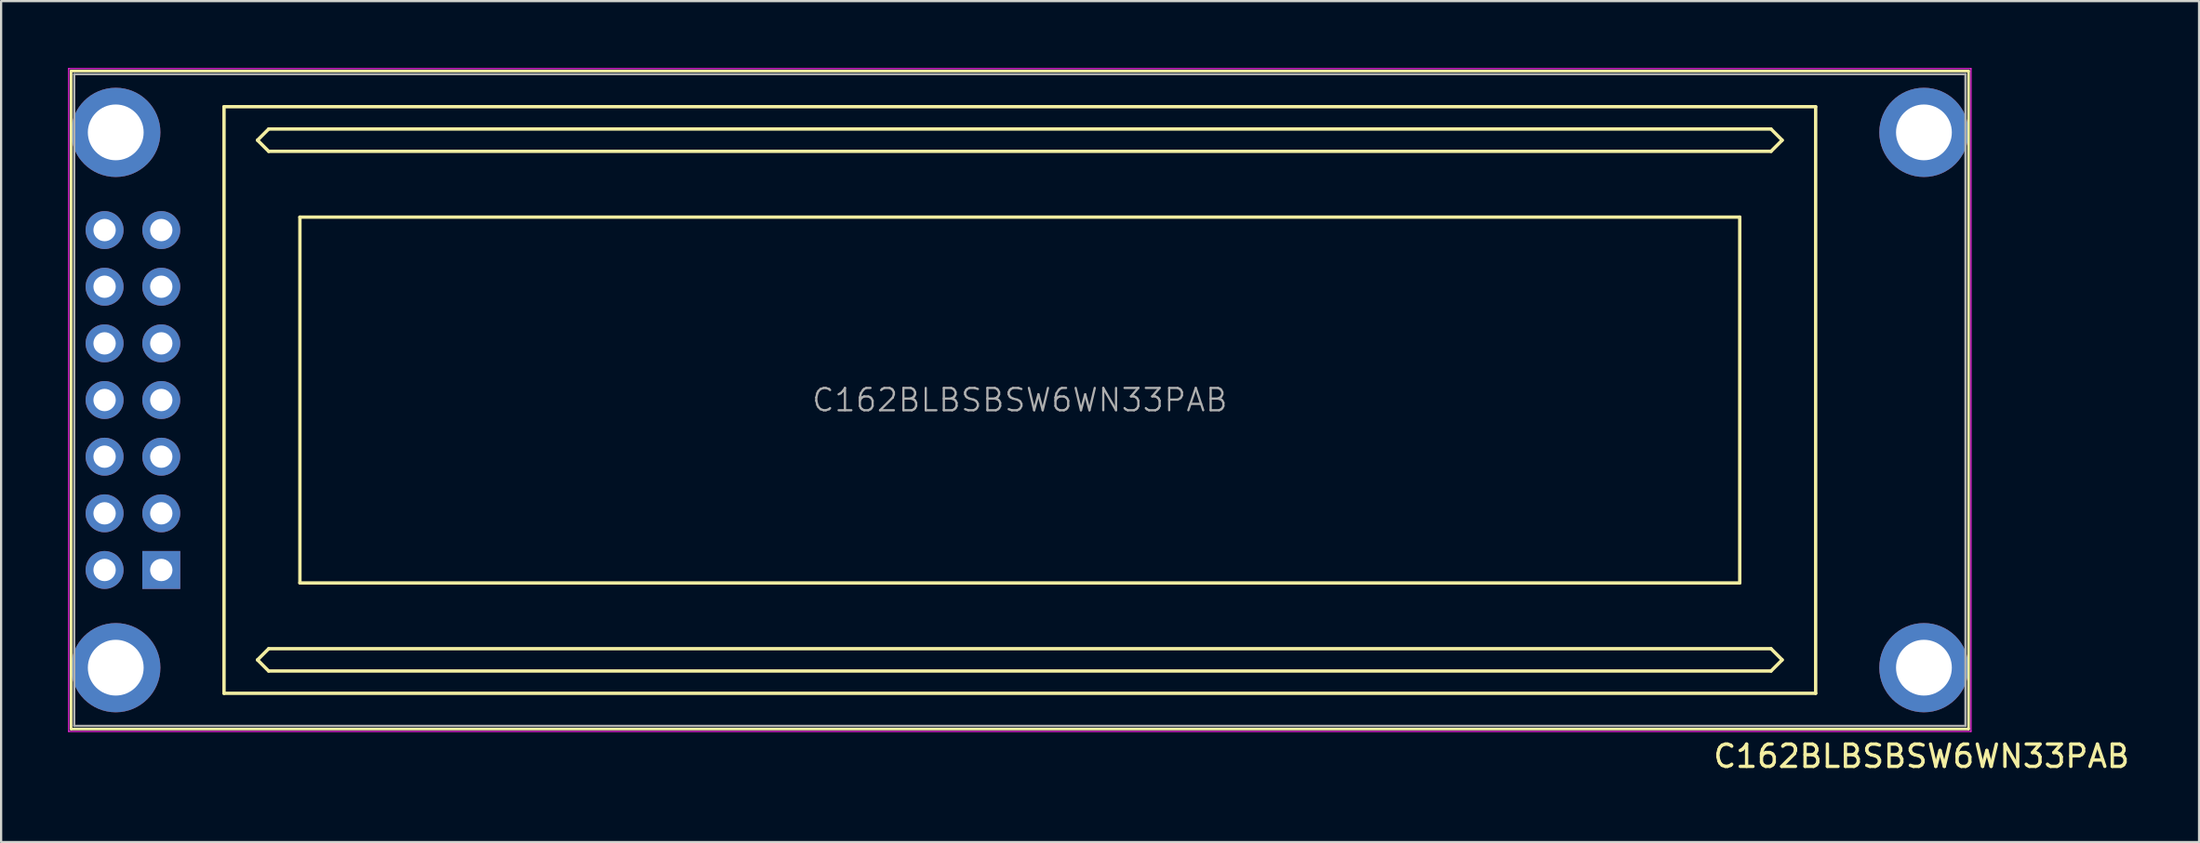
<source format=kicad_pcb>
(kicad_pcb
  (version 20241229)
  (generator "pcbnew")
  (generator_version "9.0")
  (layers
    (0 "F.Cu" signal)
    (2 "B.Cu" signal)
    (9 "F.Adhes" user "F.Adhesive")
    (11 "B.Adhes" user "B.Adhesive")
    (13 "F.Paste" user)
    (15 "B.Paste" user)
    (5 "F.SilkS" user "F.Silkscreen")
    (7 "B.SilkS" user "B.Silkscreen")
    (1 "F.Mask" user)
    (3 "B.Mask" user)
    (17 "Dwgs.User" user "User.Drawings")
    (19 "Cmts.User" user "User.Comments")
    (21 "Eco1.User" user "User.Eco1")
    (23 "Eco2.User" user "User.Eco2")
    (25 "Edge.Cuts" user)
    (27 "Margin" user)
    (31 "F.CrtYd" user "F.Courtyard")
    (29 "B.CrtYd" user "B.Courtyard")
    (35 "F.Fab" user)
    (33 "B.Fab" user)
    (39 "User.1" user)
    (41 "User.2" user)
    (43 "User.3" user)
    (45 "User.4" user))
  (footprint "C162BLBSBSW6WN33PAB"
    (layer "F.Cu")
    (at 42.995 14.665)
    (property "Reference" "C162BLBSBSW6WN33PAB" (at 40.03 16.19 0) (layer "F.SilkS") (effects (font (size 1 1) (thickness 0.15))))
    (attr through_hole)
    (fp_line (start -42.86 -14.53) (end -42.86 14.97) (stroke (width 0.12) (type solid)) (layer "F.SilkS"))
    (fp_line (start -42.86 14.97) (end 42.14 14.97) (stroke (width 0.12) (type solid)) (layer "F.SilkS"))
    (fp_line (start -36.01 -12.93) (end -36.01 13.37) (stroke (width 0.15) (type solid)) (layer "F.SilkS"))
    (fp_line (start -36.01 13.37) (end 35.29 13.37) (stroke (width 0.15) (type solid)) (layer "F.SilkS"))
    (fp_line (start -34.51 -11.43) (end -34.01 -10.93) (stroke (width 0.15) (type solid)) (layer "F.SilkS"))
    (fp_line (start -34.51 11.87) (end -34.01 12.37) (stroke (width 0.15) (type solid)) (layer "F.SilkS"))
    (fp_line (start -34.01 -11.93) (end -34.51 -11.43) (stroke (width 0.15) (type solid)) (layer "F.SilkS"))
    (fp_line (start -34.01 -10.93) (end 33.29 -10.93) (stroke (width 0.15) (type solid)) (layer "F.SilkS"))
    (fp_line (start -34.01 11.37) (end -34.51 11.87) (stroke (width 0.15) (type solid)) (layer "F.SilkS"))
    (fp_line (start -34.01 12.37) (end 33.29 12.37) (stroke (width 0.15) (type solid)) (layer "F.SilkS"))
    (fp_line (start -32.61 -7.98) (end 31.89 -7.98) (stroke (width 0.15) (type solid)) (layer "F.SilkS"))
    (fp_line (start -32.61 8.42) (end -32.61 -7.98) (stroke (width 0.15) (type solid)) (layer "F.SilkS"))
    (fp_line (start 31.89 -7.98) (end 31.89 8.42) (stroke (width 0.15) (type solid)) (layer "F.SilkS"))
    (fp_line (start 31.89 8.42) (end -32.61 8.42) (stroke (width 0.15) (type solid)) (layer "F.SilkS"))
    (fp_line (start 33.29 -11.93) (end -34.01 -11.93) (stroke (width 0.15) (type solid)) (layer "F.SilkS"))
    (fp_line (start 33.29 -11.93) (end 33.79 -11.43) (stroke (width 0.15) (type solid)) (layer "F.SilkS"))
    (fp_line (start 33.29 11.37) (end -34.01 11.37) (stroke (width 0.15) (type solid)) (layer "F.SilkS"))
    (fp_line (start 33.29 12.37) (end 33.79 11.87) (stroke (width 0.15) (type solid)) (layer "F.SilkS"))
    (fp_line (start 33.79 -11.43) (end 33.29 -10.93) (stroke (width 0.15) (type solid)) (layer "F.SilkS"))
    (fp_line (start 33.79 11.87) (end 33.29 11.37) (stroke (width 0.15) (type solid)) (layer "F.SilkS"))
    (fp_line (start 35.29 -12.93) (end -36.01 -12.93) (stroke (width 0.15) (type solid)) (layer "F.SilkS"))
    (fp_line (start 35.29 13.37) (end 35.29 -12.93) (stroke (width 0.15) (type solid)) (layer "F.SilkS"))
    (fp_line (start 42.14 -14.53) (end -42.86 -14.53) (stroke (width 0.12) (type solid)) (layer "F.SilkS"))
    (fp_line (start 42.14 -14.53) (end 42.14 14.97) (stroke (width 0.12) (type solid)) (layer "F.SilkS"))
    (fp_line (start -42.97 -14.64) (end -42.97 15.08) (stroke (width 0.05) (type solid)) (layer "F.CrtYd"))
    (fp_line (start -42.97 -14.64) (end 42.25 -14.64) (stroke (width 0.05) (type solid)) (layer "F.CrtYd"))
    (fp_line (start -42.97 15.08) (end 42.25 15.08) (stroke (width 0.05) (type solid)) (layer "F.CrtYd"))
    (fp_line (start 42.25 -14.64) (end 42.25 15.08) (stroke (width 0.05) (type solid)) (layer "F.CrtYd"))
    (fp_line (start -42.72 -14.39) (end 42 -14.39) (stroke (width 0.1) (type solid)) (layer "F.Fab"))
    (fp_line (start -42.72 14.83) (end -42.72 -14.39) (stroke (width 0.1) (type solid)) (layer "F.Fab"))
    (fp_line (start 42 -14.39) (end 42 14.83) (stroke (width 0.1) (type solid)) (layer "F.Fab"))
    (fp_line (start 42 14.83) (end -42.72 14.83) (stroke (width 0.1) (type solid)) (layer "F.Fab"))
    (fp_text user "${REFERENCE}" (at -0.36 0.22 180) (layer "F.Fab") (effects (font (size 1 1) (thickness 0.1))))
    (pad "" thru_hole circle (at -40.86 -11.78 180) (size 4 4) (drill 2.5) (layers "*.Cu" "*.Mask"))
    (pad "" thru_hole circle (at -40.86 12.22 180) (size 4 4) (drill 2.5) (layers "*.Cu" "*.Mask"))
    (pad "" thru_hole circle (at 40.14 -11.78 180) (size 4 4) (drill 2.5) (layers "*.Cu" "*.Mask"))
    (pad "" thru_hole circle (at 40.14 12.22 180) (size 4 4) (drill 2.5) (layers "*.Cu" "*.Mask"))
    (pad "1" thru_hole rect (at -38.82 7.84 180) (size 1.7 1.7) (drill 1) (layers "*.Cu" "*.Mask"))
    (pad "2" thru_hole circle (at -41.36 7.84 180) (size 1.7 1.7) (drill 1) (layers "*.Cu" "*.Mask"))
    (pad "3" thru_hole circle (at -38.82 5.3 180) (size 1.7 1.7) (drill 1) (layers "*.Cu" "*.Mask"))
    (pad "4" thru_hole circle (at -41.36 5.3 180) (size 1.7 1.7) (drill 1) (layers "*.Cu" "*.Mask"))
    (pad "5" thru_hole circle (at -38.82 2.76 180) (size 1.7 1.7) (drill 1) (layers "*.Cu" "*.Mask"))
    (pad "6" thru_hole circle (at -41.36 2.76 180) (size 1.7 1.7) (drill 1) (layers "*.Cu" "*.Mask"))
    (pad "7" thru_hole circle (at -38.82 0.22 180) (size 1.7 1.7) (drill 1) (layers "*.Cu" "*.Mask"))
    (pad "8" thru_hole circle (at -41.36 0.22 180) (size 1.7 1.7) (drill 1) (layers "*.Cu" "*.Mask"))
    (pad "9" thru_hole circle (at -38.82 -2.32 180) (size 1.7 1.7) (drill 1) (layers "*.Cu" "*.Mask"))
    (pad "10" thru_hole circle (at -41.36 -2.32 180) (size 1.7 1.7) (drill 1) (layers "*.Cu" "*.Mask"))
    (pad "11" thru_hole circle (at -38.82 -4.86 180) (size 1.7 1.7) (drill 1) (layers "*.Cu" "*.Mask"))
    (pad "12" thru_hole circle (at -41.36 -4.86 180) (size 1.7 1.7) (drill 1) (layers "*.Cu" "*.Mask"))
    (pad "13" thru_hole circle (at -38.82 -7.4 180) (size 1.7 1.7) (drill 1) (layers "*.Cu" "*.Mask"))
    (pad "14" thru_hole circle (at -41.36 -7.4 180) (size 1.7 1.7) (drill 1) (layers "*.Cu" "*.Mask")))
  (gr_rect
    (start -3 -3)
    (end 95.46 34.703)
    (stroke (width 0.1) (type default))
    (fill no)
    (layer "Edge.Cuts")))
</source>
